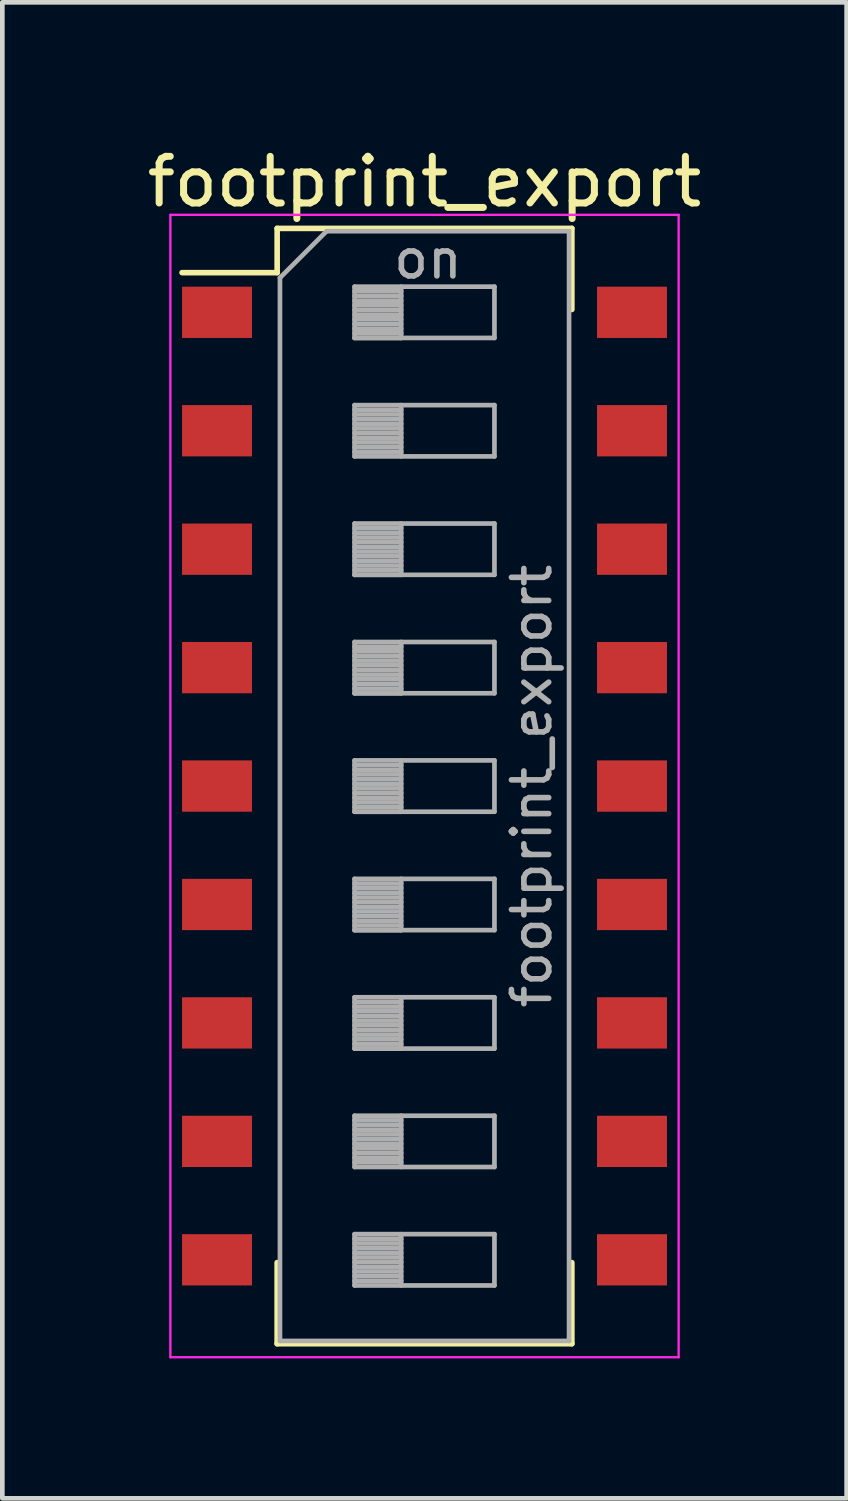
<source format=kicad_pcb>
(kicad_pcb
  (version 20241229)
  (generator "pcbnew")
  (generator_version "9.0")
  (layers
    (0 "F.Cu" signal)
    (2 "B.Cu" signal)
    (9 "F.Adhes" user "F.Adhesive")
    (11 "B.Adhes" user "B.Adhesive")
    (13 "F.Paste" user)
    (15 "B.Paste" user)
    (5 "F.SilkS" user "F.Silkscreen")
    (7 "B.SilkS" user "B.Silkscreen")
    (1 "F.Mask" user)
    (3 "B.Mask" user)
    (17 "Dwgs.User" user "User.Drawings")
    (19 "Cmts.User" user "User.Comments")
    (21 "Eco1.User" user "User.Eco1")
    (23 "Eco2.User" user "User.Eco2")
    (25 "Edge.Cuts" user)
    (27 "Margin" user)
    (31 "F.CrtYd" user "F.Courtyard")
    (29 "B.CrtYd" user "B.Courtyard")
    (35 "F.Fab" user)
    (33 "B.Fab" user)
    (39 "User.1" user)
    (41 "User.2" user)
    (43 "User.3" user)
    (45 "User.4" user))
  (footprint "footprint_export"
    (layer "F.Cu")
    (at 6.054 13.808)
    (property "Reference" "footprint_export" (at 0 -12.96 0) (layer "F.SilkS") (effects (font (size 1 1) (thickness 0.15))))
    (attr smd)
    (fp_line (start -5.2 -11.011) (end -3.16 -11.011) (stroke (width 0.12) (type solid)) (layer "F.SilkS"))
    (fp_line (start -3.16 -11.96) (end -3.16 -11.011) (stroke (width 0.12) (type solid)) (layer "F.SilkS"))
    (fp_line (start -3.16 -11.96) (end 3.16 -11.96) (stroke (width 0.12) (type solid)) (layer "F.SilkS"))
    (fp_line (start -3.16 10.22) (end -3.16 11.96) (stroke (width 0.12) (type solid)) (layer "F.SilkS"))
    (fp_line (start -3.16 11.96) (end 3.16 11.96) (stroke (width 0.12) (type solid)) (layer "F.SilkS"))
    (fp_line (start 3.16 -11.96) (end 3.16 -10.221) (stroke (width 0.12) (type solid)) (layer "F.SilkS"))
    (fp_line (start 3.16 10.22) (end 3.16 11.96) (stroke (width 0.12) (type solid)) (layer "F.SilkS"))
    (fp_line (start -5.45 -12.25) (end -5.45 12.25) (stroke (width 0.05) (type solid)) (layer "F.CrtYd"))
    (fp_line (start -5.45 12.25) (end 5.45 12.25) (stroke (width 0.05) (type solid)) (layer "F.CrtYd"))
    (fp_line (start 5.45 -12.25) (end -5.45 -12.25) (stroke (width 0.05) (type solid)) (layer "F.CrtYd"))
    (fp_line (start 5.45 12.25) (end 5.45 -12.25) (stroke (width 0.05) (type solid)) (layer "F.CrtYd"))
    (fp_line (start -3.1 -10.9) (end -2.1 -11.9) (stroke (width 0.1) (type solid)) (layer "F.Fab"))
    (fp_line (start -3.1 11.9) (end -3.1 -10.9) (stroke (width 0.1) (type solid)) (layer "F.Fab"))
    (fp_line (start -2.1 -11.9) (end 3.1 -11.9) (stroke (width 0.1) (type solid)) (layer "F.Fab"))
    (fp_line (start -1.5 -10.71) (end -1.5 -9.61) (stroke (width 0.1) (type solid)) (layer "F.Fab"))
    (fp_line (start -1.5 -10.61) (end -0.5 -10.61) (stroke (width 0.1) (type solid)) (layer "F.Fab"))
    (fp_line (start -1.5 -10.51) (end -0.5 -10.51) (stroke (width 0.1) (type solid)) (layer "F.Fab"))
    (fp_line (start -1.5 -10.41) (end -0.5 -10.41) (stroke (width 0.1) (type solid)) (layer "F.Fab"))
    (fp_line (start -1.5 -10.31) (end -0.5 -10.31) (stroke (width 0.1) (type solid)) (layer "F.Fab"))
    (fp_line (start -1.5 -10.21) (end -0.5 -10.21) (stroke (width 0.1) (type solid)) (layer "F.Fab"))
    (fp_line (start -1.5 -10.11) (end -0.5 -10.11) (stroke (width 0.1) (type solid)) (layer "F.Fab"))
    (fp_line (start -1.5 -10.01) (end -0.5 -10.01) (stroke (width 0.1) (type solid)) (layer "F.Fab"))
    (fp_line (start -1.5 -9.91) (end -0.5 -9.91) (stroke (width 0.1) (type solid)) (layer "F.Fab"))
    (fp_line (start -1.5 -9.81) (end -0.5 -9.81) (stroke (width 0.1) (type solid)) (layer "F.Fab"))
    (fp_line (start -1.5 -9.71) (end -0.5 -9.71) (stroke (width 0.1) (type solid)) (layer "F.Fab"))
    (fp_line (start -1.5 -9.61) (end -0.5 -9.61) (stroke (width 0.1) (type solid)) (layer "F.Fab"))
    (fp_line (start -1.5 -9.61) (end 1.5 -9.61) (stroke (width 0.1) (type solid)) (layer "F.Fab"))
    (fp_line (start -1.5 -8.17) (end -1.5 -7.07) (stroke (width 0.1) (type solid)) (layer "F.Fab"))
    (fp_line (start -1.5 -8.07) (end -0.5 -8.07) (stroke (width 0.1) (type solid)) (layer "F.Fab"))
    (fp_line (start -1.5 -7.97) (end -0.5 -7.97) (stroke (width 0.1) (type solid)) (layer "F.Fab"))
    (fp_line (start -1.5 -7.87) (end -0.5 -7.87) (stroke (width 0.1) (type solid)) (layer "F.Fab"))
    (fp_line (start -1.5 -7.77) (end -0.5 -7.77) (stroke (width 0.1) (type solid)) (layer "F.Fab"))
    (fp_line (start -1.5 -7.67) (end -0.5 -7.67) (stroke (width 0.1) (type solid)) (layer "F.Fab"))
    (fp_line (start -1.5 -7.57) (end -0.5 -7.57) (stroke (width 0.1) (type solid)) (layer "F.Fab"))
    (fp_line (start -1.5 -7.47) (end -0.5 -7.47) (stroke (width 0.1) (type solid)) (layer "F.Fab"))
    (fp_line (start -1.5 -7.37) (end -0.5 -7.37) (stroke (width 0.1) (type solid)) (layer "F.Fab"))
    (fp_line (start -1.5 -7.27) (end -0.5 -7.27) (stroke (width 0.1) (type solid)) (layer "F.Fab"))
    (fp_line (start -1.5 -7.17) (end -0.5 -7.17) (stroke (width 0.1) (type solid)) (layer "F.Fab"))
    (fp_line (start -1.5 -7.07) (end 1.5 -7.07) (stroke (width 0.1) (type solid)) (layer "F.Fab"))
    (fp_line (start -1.5 -5.63) (end -1.5 -4.53) (stroke (width 0.1) (type solid)) (layer "F.Fab"))
    (fp_line (start -1.5 -5.53) (end -0.5 -5.53) (stroke (width 0.1) (type solid)) (layer "F.Fab"))
    (fp_line (start -1.5 -5.43) (end -0.5 -5.43) (stroke (width 0.1) (type solid)) (layer "F.Fab"))
    (fp_line (start -1.5 -5.33) (end -0.5 -5.33) (stroke (width 0.1) (type solid)) (layer "F.Fab"))
    (fp_line (start -1.5 -5.23) (end -0.5 -5.23) (stroke (width 0.1) (type solid)) (layer "F.Fab"))
    (fp_line (start -1.5 -5.13) (end -0.5 -5.13) (stroke (width 0.1) (type solid)) (layer "F.Fab"))
    (fp_line (start -1.5 -5.03) (end -0.5 -5.03) (stroke (width 0.1) (type solid)) (layer "F.Fab"))
    (fp_line (start -1.5 -4.93) (end -0.5 -4.93) (stroke (width 0.1) (type solid)) (layer "F.Fab"))
    (fp_line (start -1.5 -4.83) (end -0.5 -4.83) (stroke (width 0.1) (type solid)) (layer "F.Fab"))
    (fp_line (start -1.5 -4.73) (end -0.5 -4.73) (stroke (width 0.1) (type solid)) (layer "F.Fab"))
    (fp_line (start -1.5 -4.63) (end -0.5 -4.63) (stroke (width 0.1) (type solid)) (layer "F.Fab"))
    (fp_line (start -1.5 -4.53) (end -0.5 -4.53) (stroke (width 0.1) (type solid)) (layer "F.Fab"))
    (fp_line (start -1.5 -4.53) (end 1.5 -4.53) (stroke (width 0.1) (type solid)) (layer "F.Fab"))
    (fp_line (start -1.5 -3.09) (end -1.5 -1.99) (stroke (width 0.1) (type solid)) (layer "F.Fab"))
    (fp_line (start -1.5 -2.99) (end -0.5 -2.99) (stroke (width 0.1) (type solid)) (layer "F.Fab"))
    (fp_line (start -1.5 -2.89) (end -0.5 -2.89) (stroke (width 0.1) (type solid)) (layer "F.Fab"))
    (fp_line (start -1.5 -2.79) (end -0.5 -2.79) (stroke (width 0.1) (type solid)) (layer "F.Fab"))
    (fp_line (start -1.5 -2.69) (end -0.5 -2.69) (stroke (width 0.1) (type solid)) (layer "F.Fab"))
    (fp_line (start -1.5 -2.59) (end -0.5 -2.59) (stroke (width 0.1) (type solid)) (layer "F.Fab"))
    (fp_line (start -1.5 -2.49) (end -0.5 -2.49) (stroke (width 0.1) (type solid)) (layer "F.Fab"))
    (fp_line (start -1.5 -2.39) (end -0.5 -2.39) (stroke (width 0.1) (type solid)) (layer "F.Fab"))
    (fp_line (start -1.5 -2.29) (end -0.5 -2.29) (stroke (width 0.1) (type solid)) (layer "F.Fab"))
    (fp_line (start -1.5 -2.19) (end -0.5 -2.19) (stroke (width 0.1) (type solid)) (layer "F.Fab"))
    (fp_line (start -1.5 -2.09) (end -0.5 -2.09) (stroke (width 0.1) (type solid)) (layer "F.Fab"))
    (fp_line (start -1.5 -1.99) (end -0.5 -1.99) (stroke (width 0.1) (type solid)) (layer "F.Fab"))
    (fp_line (start -1.5 -1.99) (end 1.5 -1.99) (stroke (width 0.1) (type solid)) (layer "F.Fab"))
    (fp_line (start -1.5 -0.55) (end -1.5 0.55) (stroke (width 0.1) (type solid)) (layer "F.Fab"))
    (fp_line (start -1.5 -0.45) (end -0.5 -0.45) (stroke (width 0.1) (type solid)) (layer "F.Fab"))
    (fp_line (start -1.5 -0.35) (end -0.5 -0.35) (stroke (width 0.1) (type solid)) (layer "F.Fab"))
    (fp_line (start -1.5 -0.25) (end -0.5 -0.25) (stroke (width 0.1) (type solid)) (layer "F.Fab"))
    (fp_line (start -1.5 -0.15) (end -0.5 -0.15) (stroke (width 0.1) (type solid)) (layer "F.Fab"))
    (fp_line (start -1.5 -0.05) (end -0.5 -0.05) (stroke (width 0.1) (type solid)) (layer "F.Fab"))
    (fp_line (start -1.5 0.05) (end -0.5 0.05) (stroke (width 0.1) (type solid)) (layer "F.Fab"))
    (fp_line (start -1.5 0.15) (end -0.5 0.15) (stroke (width 0.1) (type solid)) (layer "F.Fab"))
    (fp_line (start -1.5 0.25) (end -0.5 0.25) (stroke (width 0.1) (type solid)) (layer "F.Fab"))
    (fp_line (start -1.5 0.35) (end -0.5 0.35) (stroke (width 0.1) (type solid)) (layer "F.Fab"))
    (fp_line (start -1.5 0.45) (end -0.5 0.45) (stroke (width 0.1) (type solid)) (layer "F.Fab"))
    (fp_line (start -1.5 0.55) (end -0.5 0.55) (stroke (width 0.1) (type solid)) (layer "F.Fab"))
    (fp_line (start -1.5 0.55) (end 1.5 0.55) (stroke (width 0.1) (type solid)) (layer "F.Fab"))
    (fp_line (start -1.5 1.99) (end -1.5 3.09) (stroke (width 0.1) (type solid)) (layer "F.Fab"))
    (fp_line (start -1.5 2.09) (end -0.5 2.09) (stroke (width 0.1) (type solid)) (layer "F.Fab"))
    (fp_line (start -1.5 2.19) (end -0.5 2.19) (stroke (width 0.1) (type solid)) (layer "F.Fab"))
    (fp_line (start -1.5 2.29) (end -0.5 2.29) (stroke (width 0.1) (type solid)) (layer "F.Fab"))
    (fp_line (start -1.5 2.39) (end -0.5 2.39) (stroke (width 0.1) (type solid)) (layer "F.Fab"))
    (fp_line (start -1.5 2.49) (end -0.5 2.49) (stroke (width 0.1) (type solid)) (layer "F.Fab"))
    (fp_line (start -1.5 2.59) (end -0.5 2.59) (stroke (width 0.1) (type solid)) (layer "F.Fab"))
    (fp_line (start -1.5 2.69) (end -0.5 2.69) (stroke (width 0.1) (type solid)) (layer "F.Fab"))
    (fp_line (start -1.5 2.79) (end -0.5 2.79) (stroke (width 0.1) (type solid)) (layer "F.Fab"))
    (fp_line (start -1.5 2.89) (end -0.5 2.89) (stroke (width 0.1) (type solid)) (layer "F.Fab"))
    (fp_line (start -1.5 2.99) (end -0.5 2.99) (stroke (width 0.1) (type solid)) (layer "F.Fab"))
    (fp_line (start -1.5 3.09) (end -0.5 3.09) (stroke (width 0.1) (type solid)) (layer "F.Fab"))
    (fp_line (start -1.5 3.09) (end 1.5 3.09) (stroke (width 0.1) (type solid)) (layer "F.Fab"))
    (fp_line (start -1.5 4.53) (end -1.5 5.63) (stroke (width 0.1) (type solid)) (layer "F.Fab"))
    (fp_line (start -1.5 4.63) (end -0.5 4.63) (stroke (width 0.1) (type solid)) (layer "F.Fab"))
    (fp_line (start -1.5 4.73) (end -0.5 4.73) (stroke (width 0.1) (type solid)) (layer "F.Fab"))
    (fp_line (start -1.5 4.83) (end -0.5 4.83) (stroke (width 0.1) (type solid)) (layer "F.Fab"))
    (fp_line (start -1.5 4.93) (end -0.5 4.93) (stroke (width 0.1) (type solid)) (layer "F.Fab"))
    (fp_line (start -1.5 5.03) (end -0.5 5.03) (stroke (width 0.1) (type solid)) (layer "F.Fab"))
    (fp_line (start -1.5 5.13) (end -0.5 5.13) (stroke (width 0.1) (type solid)) (layer "F.Fab"))
    (fp_line (start -1.5 5.23) (end -0.5 5.23) (stroke (width 0.1) (type solid)) (layer "F.Fab"))
    (fp_line (start -1.5 5.33) (end -0.5 5.33) (stroke (width 0.1) (type solid)) (layer "F.Fab"))
    (fp_line (start -1.5 5.43) (end -0.5 5.43) (stroke (width 0.1) (type solid)) (layer "F.Fab"))
    (fp_line (start -1.5 5.53) (end -0.5 5.53) (stroke (width 0.1) (type solid)) (layer "F.Fab"))
    (fp_line (start -1.5 5.63) (end -0.5 5.63) (stroke (width 0.1) (type solid)) (layer "F.Fab"))
    (fp_line (start -1.5 5.63) (end 1.5 5.63) (stroke (width 0.1) (type solid)) (layer "F.Fab"))
    (fp_line (start -1.5 7.07) (end -1.5 8.17) (stroke (width 0.1) (type solid)) (layer "F.Fab"))
    (fp_line (start -1.5 7.17) (end -0.5 7.17) (stroke (width 0.1) (type solid)) (layer "F.Fab"))
    (fp_line (start -1.5 7.27) (end -0.5 7.27) (stroke (width 0.1) (type solid)) (layer "F.Fab"))
    (fp_line (start -1.5 7.37) (end -0.5 7.37) (stroke (width 0.1) (type solid)) (layer "F.Fab"))
    (fp_line (start -1.5 7.47) (end -0.5 7.47) (stroke (width 0.1) (type solid)) (layer "F.Fab"))
    (fp_line (start -1.5 7.57) (end -0.5 7.57) (stroke (width 0.1) (type solid)) (layer "F.Fab"))
    (fp_line (start -1.5 7.67) (end -0.5 7.67) (stroke (width 0.1) (type solid)) (layer "F.Fab"))
    (fp_line (start -1.5 7.77) (end -0.5 7.77) (stroke (width 0.1) (type solid)) (layer "F.Fab"))
    (fp_line (start -1.5 7.87) (end -0.5 7.87) (stroke (width 0.1) (type solid)) (layer "F.Fab"))
    (fp_line (start -1.5 7.97) (end -0.5 7.97) (stroke (width 0.1) (type solid)) (layer "F.Fab"))
    (fp_line (start -1.5 8.07) (end -0.5 8.07) (stroke (width 0.1) (type solid)) (layer "F.Fab"))
    (fp_line (start -1.5 8.17) (end 1.5 8.17) (stroke (width 0.1) (type solid)) (layer "F.Fab"))
    (fp_line (start -1.5 9.61) (end -1.5 10.71) (stroke (width 0.1) (type solid)) (layer "F.Fab"))
    (fp_line (start -1.5 9.71) (end -0.5 9.71) (stroke (width 0.1) (type solid)) (layer "F.Fab"))
    (fp_line (start -1.5 9.81) (end -0.5 9.81) (stroke (width 0.1) (type solid)) (layer "F.Fab"))
    (fp_line (start -1.5 9.91) (end -0.5 9.91) (stroke (width 0.1) (type solid)) (layer "F.Fab"))
    (fp_line (start -1.5 10.01) (end -0.5 10.01) (stroke (width 0.1) (type solid)) (layer "F.Fab"))
    (fp_line (start -1.5 10.11) (end -0.5 10.11) (stroke (width 0.1) (type solid)) (layer "F.Fab"))
    (fp_line (start -1.5 10.21) (end -0.5 10.21) (stroke (width 0.1) (type solid)) (layer "F.Fab"))
    (fp_line (start -1.5 10.31) (end -0.5 10.31) (stroke (width 0.1) (type solid)) (layer "F.Fab"))
    (fp_line (start -1.5 10.41) (end -0.5 10.41) (stroke (width 0.1) (type solid)) (layer "F.Fab"))
    (fp_line (start -1.5 10.51) (end -0.5 10.51) (stroke (width 0.1) (type solid)) (layer "F.Fab"))
    (fp_line (start -1.5 10.61) (end -0.5 10.61) (stroke (width 0.1) (type solid)) (layer "F.Fab"))
    (fp_line (start -1.5 10.71) (end 1.5 10.71) (stroke (width 0.1) (type solid)) (layer "F.Fab"))
    (fp_line (start -0.5 -10.71) (end -0.5 -9.61) (stroke (width 0.1) (type solid)) (layer "F.Fab"))
    (fp_line (start -0.5 -8.17) (end -0.5 -7.07) (stroke (width 0.1) (type solid)) (layer "F.Fab"))
    (fp_line (start -0.5 -5.63) (end -0.5 -4.53) (stroke (width 0.1) (type solid)) (layer "F.Fab"))
    (fp_line (start -0.5 -3.09) (end -0.5 -1.99) (stroke (width 0.1) (type solid)) (layer "F.Fab"))
    (fp_line (start -0.5 -0.55) (end -0.5 0.55) (stroke (width 0.1) (type solid)) (layer "F.Fab"))
    (fp_line (start -0.5 1.99) (end -0.5 3.09) (stroke (width 0.1) (type solid)) (layer "F.Fab"))
    (fp_line (start -0.5 4.53) (end -0.5 5.63) (stroke (width 0.1) (type solid)) (layer "F.Fab"))
    (fp_line (start -0.5 7.07) (end -0.5 8.17) (stroke (width 0.1) (type solid)) (layer "F.Fab"))
    (fp_line (start -0.5 9.61) (end -0.5 10.71) (stroke (width 0.1) (type solid)) (layer "F.Fab"))
    (fp_line (start 1.5 -10.71) (end -1.5 -10.71) (stroke (width 0.1) (type solid)) (layer "F.Fab"))
    (fp_line (start 1.5 -9.61) (end 1.5 -10.71) (stroke (width 0.1) (type solid)) (layer "F.Fab"))
    (fp_line (start 1.5 -8.17) (end -1.5 -8.17) (stroke (width 0.1) (type solid)) (layer "F.Fab"))
    (fp_line (start 1.5 -7.07) (end 1.5 -8.17) (stroke (width 0.1) (type solid)) (layer "F.Fab"))
    (fp_line (start 1.5 -5.63) (end -1.5 -5.63) (stroke (width 0.1) (type solid)) (layer "F.Fab"))
    (fp_line (start 1.5 -4.53) (end 1.5 -5.63) (stroke (width 0.1) (type solid)) (layer "F.Fab"))
    (fp_line (start 1.5 -3.09) (end -1.5 -3.09) (stroke (width 0.1) (type solid)) (layer "F.Fab"))
    (fp_line (start 1.5 -1.99) (end 1.5 -3.09) (stroke (width 0.1) (type solid)) (layer "F.Fab"))
    (fp_line (start 1.5 -0.55) (end -1.5 -0.55) (stroke (width 0.1) (type solid)) (layer "F.Fab"))
    (fp_line (start 1.5 0.55) (end 1.5 -0.55) (stroke (width 0.1) (type solid)) (layer "F.Fab"))
    (fp_line (start 1.5 1.99) (end -1.5 1.99) (stroke (width 0.1) (type solid)) (layer "F.Fab"))
    (fp_line (start 1.5 3.09) (end 1.5 1.99) (stroke (width 0.1) (type solid)) (layer "F.Fab"))
    (fp_line (start 1.5 4.53) (end -1.5 4.53) (stroke (width 0.1) (type solid)) (layer "F.Fab"))
    (fp_line (start 1.5 5.63) (end 1.5 4.53) (stroke (width 0.1) (type solid)) (layer "F.Fab"))
    (fp_line (start 1.5 7.07) (end -1.5 7.07) (stroke (width 0.1) (type solid)) (layer "F.Fab"))
    (fp_line (start 1.5 8.17) (end 1.5 7.07) (stroke (width 0.1) (type solid)) (layer "F.Fab"))
    (fp_line (start 1.5 9.61) (end -1.5 9.61) (stroke (width 0.1) (type solid)) (layer "F.Fab"))
    (fp_line (start 1.5 10.71) (end 1.5 9.61) (stroke (width 0.1) (type solid)) (layer "F.Fab"))
    (fp_line (start 3.1 -11.9) (end 3.1 11.9) (stroke (width 0.1) (type solid)) (layer "F.Fab"))
    (fp_line (start 3.1 11.9) (end -3.1 11.9) (stroke (width 0.1) (type solid)) (layer "F.Fab"))
    (fp_text user "on" (at 0.075 -11.305 0) (layer "F.Fab") (effects (font (size 0.8 0.8) (thickness 0.12))))
    (fp_text user "${REFERENCE}" (at 2.3 0 90) (layer "F.Fab") (effects (font (size 0.8 0.8) (thickness 0.12))))
    (pad "1" smd rect (at -4.45 -10.16) (size 1.5 1.1) (layers "F.Cu" "F.Mask" "F.Paste"))
    (pad "2" smd rect (at -4.45 -7.62) (size 1.5 1.1) (layers "F.Cu" "F.Mask" "F.Paste"))
    (pad "3" smd rect (at -4.45 -5.08) (size 1.5 1.1) (layers "F.Cu" "F.Mask" "F.Paste"))
    (pad "4" smd rect (at -4.45 -2.54) (size 1.5 1.1) (layers "F.Cu" "F.Mask" "F.Paste"))
    (pad "5" smd rect (at -4.45 0) (size 1.5 1.1) (layers "F.Cu" "F.Mask" "F.Paste"))
    (pad "6" smd rect (at -4.45 2.54) (size 1.5 1.1) (layers "F.Cu" "F.Mask" "F.Paste"))
    (pad "7" smd rect (at -4.45 5.08) (size 1.5 1.1) (layers "F.Cu" "F.Mask" "F.Paste"))
    (pad "8" smd rect (at -4.45 7.62) (size 1.5 1.1) (layers "F.Cu" "F.Mask" "F.Paste"))
    (pad "9" smd rect (at -4.45 10.16) (size 1.5 1.1) (layers "F.Cu" "F.Mask" "F.Paste"))
    (pad "10" smd rect (at 4.45 10.16) (size 1.5 1.1) (layers "F.Cu" "F.Mask" "F.Paste"))
    (pad "11" smd rect (at 4.45 7.62) (size 1.5 1.1) (layers "F.Cu" "F.Mask" "F.Paste"))
    (pad "12" smd rect (at 4.45 5.08) (size 1.5 1.1) (layers "F.Cu" "F.Mask" "F.Paste"))
    (pad "13" smd rect (at 4.45 2.54) (size 1.5 1.1) (layers "F.Cu" "F.Mask" "F.Paste"))
    (pad "14" smd rect (at 4.45 0) (size 1.5 1.1) (layers "F.Cu" "F.Mask" "F.Paste"))
    (pad "15" smd rect (at 4.45 -2.54) (size 1.5 1.1) (layers "F.Cu" "F.Mask" "F.Paste"))
    (pad "16" smd rect (at 4.45 -5.08) (size 1.5 1.1) (layers "F.Cu" "F.Mask" "F.Paste"))
    (pad "17" smd rect (at 4.45 -7.62) (size 1.5 1.1) (layers "F.Cu" "F.Mask" "F.Paste"))
    (pad "18" smd rect (at 4.45 -10.16) (size 1.5 1.1) (layers "F.Cu" "F.Mask" "F.Paste")))
  (gr_rect
    (start -3 -3)
    (end 15.107 29.083)
    (stroke (width 0.1) (type default))
    (fill no)
    (layer "Edge.Cuts")))
</source>
